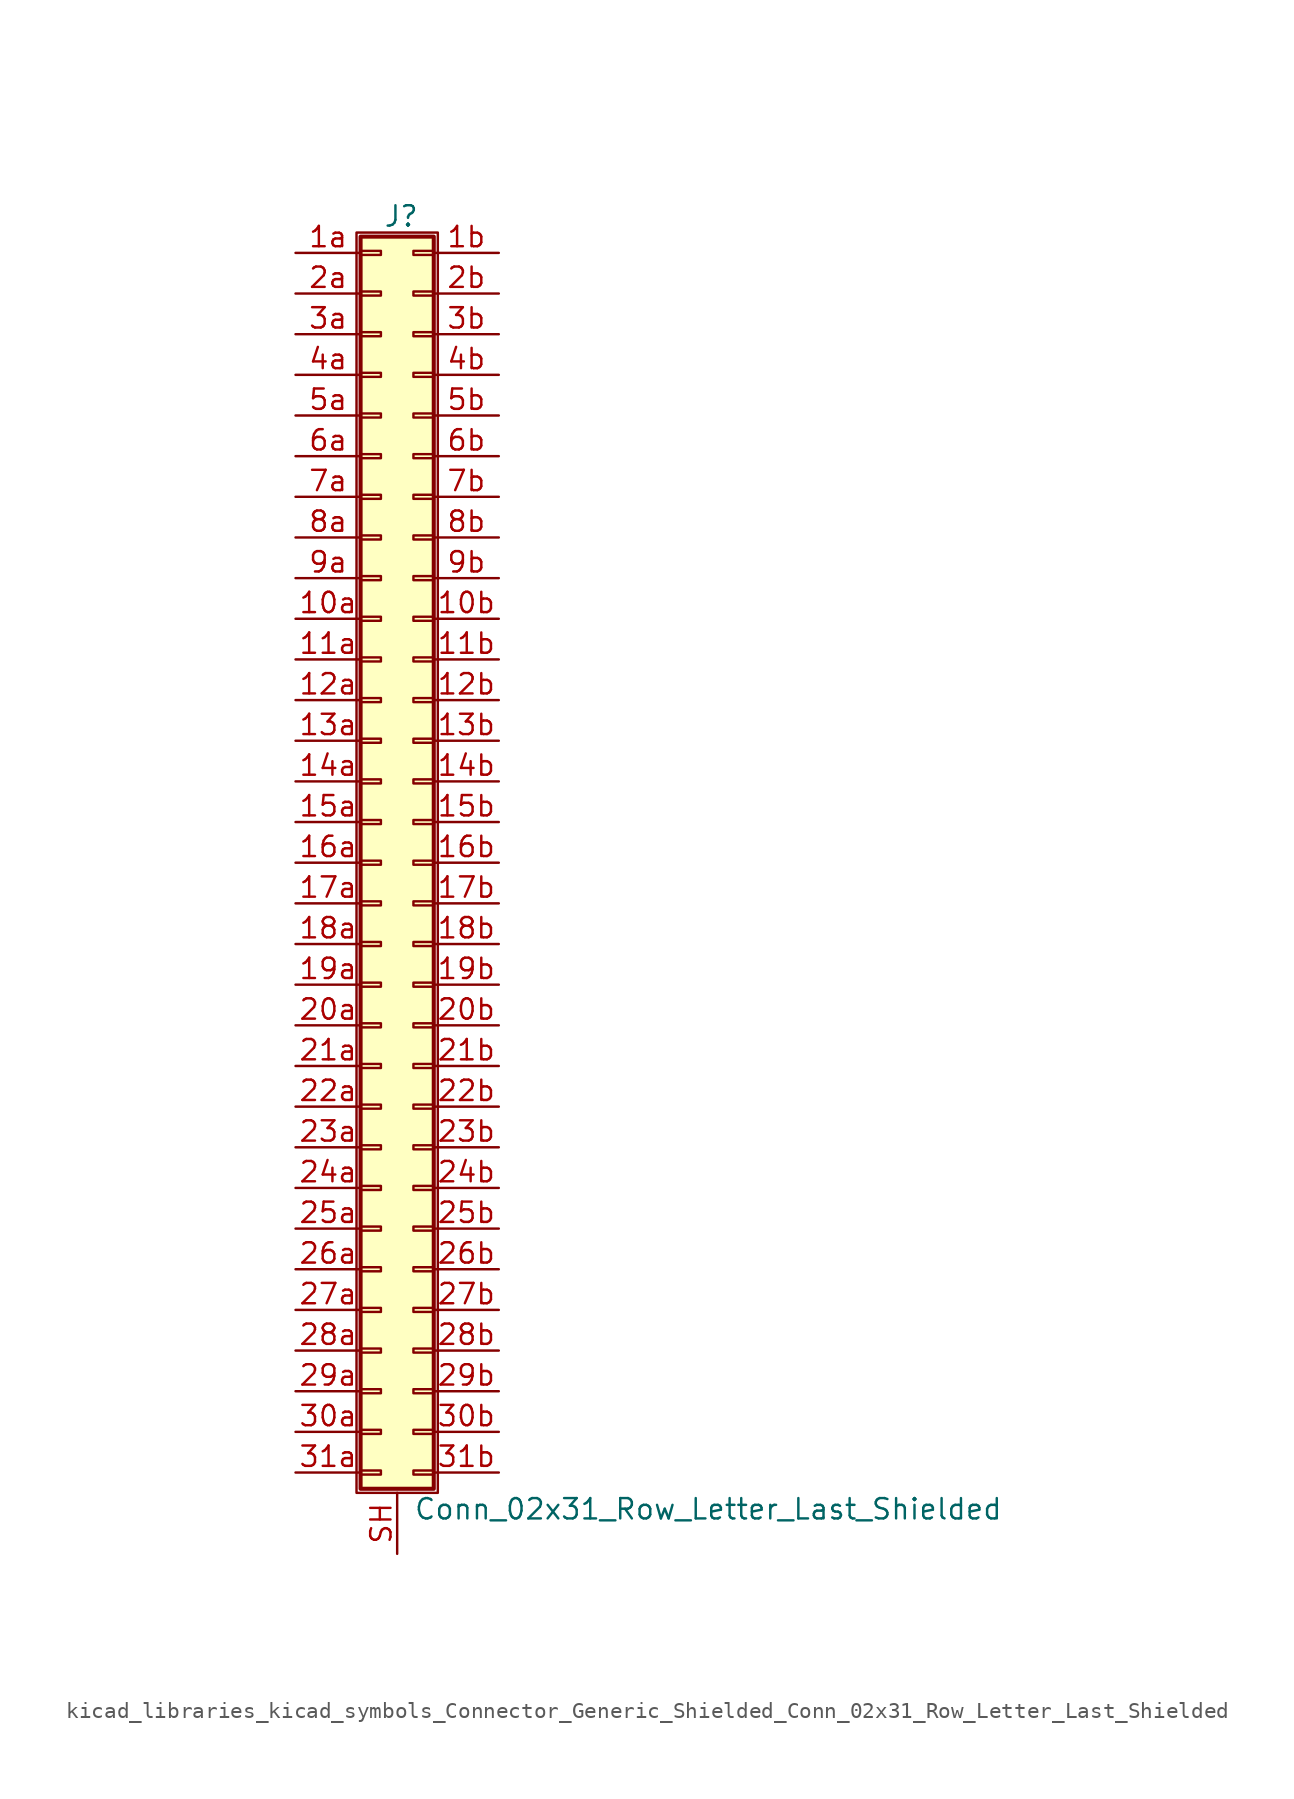
<source format=kicad_sym>
(kicad_symbol_lib
  (version 20220914)
  (generator kicad_symbol_editor)
  (symbol "kicad_libraries_kicad_symbols_Connector_Generic_Shielded_Conn_02x31_Row_Letter_Last_Shielded"
    (pin_names
      (offset 1.016) hide)
    (property "Reference" "J"
      (at 1.524 40.386 0)
      (effects (font (size 1.27 1.27))))
    (property "Value" "Conn_02x31_Row_Letter_Last_Shielded"
      (at 2.286 -40.386 0)
      (effects (font (size 1.27 1.27)) (justify left)))
    (symbol "kicad_libraries_kicad_symbols_Connector_Generic_Shielded_Conn_02x31_Row_Letter_Last_Shielded_1_1"
      (rectangle (start -1.27 39.37) (end 3.81 -39.37) (stroke (width 0.152) (type default)) (fill (type none)))
      (rectangle (start -1.016 -37.973) (end 0.254 -38.227) (stroke (width 0.152) (type default)) (fill (type none)))
      (rectangle (start -1.016 -35.433) (end 0.254 -35.687) (stroke (width 0.152) (type default)) (fill (type none)))
      (rectangle (start -1.016 -32.893) (end 0.254 -33.147) (stroke (width 0.152) (type default)) (fill (type none)))
      (rectangle (start -1.016 -30.353) (end 0.254 -30.607) (stroke (width 0.152) (type default)) (fill (type none)))
      (rectangle (start -1.016 -27.813) (end 0.254 -28.067) (stroke (width 0.152) (type default)) (fill (type none)))
      (rectangle (start -1.016 -25.273) (end 0.254 -25.527) (stroke (width 0.152) (type default)) (fill (type none)))
      (rectangle (start -1.016 -22.733) (end 0.254 -22.987) (stroke (width 0.152) (type default)) (fill (type none)))
      (rectangle (start -1.016 -20.193) (end 0.254 -20.447) (stroke (width 0.152) (type default)) (fill (type none)))
      (rectangle (start -1.016 -17.653) (end 0.254 -17.907) (stroke (width 0.152) (type default)) (fill (type none)))
      (rectangle (start -1.016 -15.113) (end 0.254 -15.367) (stroke (width 0.152) (type default)) (fill (type none)))
      (rectangle (start -1.016 -12.573) (end 0.254 -12.827) (stroke (width 0.152) (type default)) (fill (type none)))
      (rectangle (start -1.016 -10.033) (end 0.254 -10.287) (stroke (width 0.152) (type default)) (fill (type none)))
      (rectangle (start -1.016 -7.493) (end 0.254 -7.747) (stroke (width 0.152) (type default)) (fill (type none)))
      (rectangle (start -1.016 -4.953) (end 0.254 -5.207) (stroke (width 0.152) (type default)) (fill (type none)))
      (rectangle (start -1.016 -2.413) (end 0.254 -2.667) (stroke (width 0.152) (type default)) (fill (type none)))
      (rectangle (start -1.016 0.127) (end 0.254 -0.127) (stroke (width 0.152) (type default)) (fill (type none)))
      (rectangle (start -1.016 2.667) (end 0.254 2.413) (stroke (width 0.152) (type default)) (fill (type none)))
      (rectangle (start -1.016 5.207) (end 0.254 4.953) (stroke (width 0.152) (type default)) (fill (type none)))
      (rectangle (start -1.016 7.747) (end 0.254 7.493) (stroke (width 0.152) (type default)) (fill (type none)))
      (rectangle (start -1.016 10.287) (end 0.254 10.033) (stroke (width 0.152) (type default)) (fill (type none)))
      (rectangle (start -1.016 12.827) (end 0.254 12.573) (stroke (width 0.152) (type default)) (fill (type none)))
      (rectangle (start -1.016 15.367) (end 0.254 15.113) (stroke (width 0.152) (type default)) (fill (type none)))
      (rectangle (start -1.016 17.907) (end 0.254 17.653) (stroke (width 0.152) (type default)) (fill (type none)))
      (rectangle (start -1.016 20.447) (end 0.254 20.193) (stroke (width 0.152) (type default)) (fill (type none)))
      (rectangle (start -1.016 22.987) (end 0.254 22.733) (stroke (width 0.152) (type default)) (fill (type none)))
      (rectangle (start -1.016 25.527) (end 0.254 25.273) (stroke (width 0.152) (type default)) (fill (type none)))
      (rectangle (start -1.016 28.067) (end 0.254 27.813) (stroke (width 0.152) (type default)) (fill (type none)))
      (rectangle (start -1.016 30.607) (end 0.254 30.353) (stroke (width 0.152) (type default)) (fill (type none)))
      (rectangle (start -1.016 33.147) (end 0.254 32.893) (stroke (width 0.152) (type default)) (fill (type none)))
      (rectangle (start -1.016 35.687) (end 0.254 35.433) (stroke (width 0.152) (type default)) (fill (type none)))
      (rectangle (start -1.016 38.227) (end 0.254 37.973) (stroke (width 0.152) (type default)) (fill (type none)))
      (rectangle (start -1.016 39.116) (end 3.556 -39.116) (stroke (width 0.254) (type default)) (fill (type background)))
      (rectangle (start 3.556 -37.973) (end 2.286 -38.227) (stroke (width 0.152) (type default)) (fill (type none)))
      (rectangle (start 3.556 -35.433) (end 2.286 -35.687) (stroke (width 0.152) (type default)) (fill (type none)))
      (rectangle (start 3.556 -32.893) (end 2.286 -33.147) (stroke (width 0.152) (type default)) (fill (type none)))
      (rectangle (start 3.556 -30.353) (end 2.286 -30.607) (stroke (width 0.152) (type default)) (fill (type none)))
      (rectangle (start 3.556 -27.813) (end 2.286 -28.067) (stroke (width 0.152) (type default)) (fill (type none)))
      (rectangle (start 3.556 -25.273) (end 2.286 -25.527) (stroke (width 0.152) (type default)) (fill (type none)))
      (rectangle (start 3.556 -22.733) (end 2.286 -22.987) (stroke (width 0.152) (type default)) (fill (type none)))
      (rectangle (start 3.556 -20.193) (end 2.286 -20.447) (stroke (width 0.152) (type default)) (fill (type none)))
      (rectangle (start 3.556 -17.653) (end 2.286 -17.907) (stroke (width 0.152) (type default)) (fill (type none)))
      (rectangle (start 3.556 -15.113) (end 2.286 -15.367) (stroke (width 0.152) (type default)) (fill (type none)))
      (rectangle (start 3.556 -12.573) (end 2.286 -12.827) (stroke (width 0.152) (type default)) (fill (type none)))
      (rectangle (start 3.556 -10.033) (end 2.286 -10.287) (stroke (width 0.152) (type default)) (fill (type none)))
      (rectangle (start 3.556 -7.493) (end 2.286 -7.747) (stroke (width 0.152) (type default)) (fill (type none)))
      (rectangle (start 3.556 -4.953) (end 2.286 -5.207) (stroke (width 0.152) (type default)) (fill (type none)))
      (rectangle (start 3.556 -2.413) (end 2.286 -2.667) (stroke (width 0.152) (type default)) (fill (type none)))
      (rectangle (start 3.556 0.127) (end 2.286 -0.127) (stroke (width 0.152) (type default)) (fill (type none)))
      (rectangle (start 3.556 2.667) (end 2.286 2.413) (stroke (width 0.152) (type default)) (fill (type none)))
      (rectangle (start 3.556 5.207) (end 2.286 4.953) (stroke (width 0.152) (type default)) (fill (type none)))
      (rectangle (start 3.556 7.747) (end 2.286 7.493) (stroke (width 0.152) (type default)) (fill (type none)))
      (rectangle (start 3.556 10.287) (end 2.286 10.033) (stroke (width 0.152) (type default)) (fill (type none)))
      (rectangle (start 3.556 12.827) (end 2.286 12.573) (stroke (width 0.152) (type default)) (fill (type none)))
      (rectangle (start 3.556 15.367) (end 2.286 15.113) (stroke (width 0.152) (type default)) (fill (type none)))
      (rectangle (start 3.556 17.907) (end 2.286 17.653) (stroke (width 0.152) (type default)) (fill (type none)))
      (rectangle (start 3.556 20.447) (end 2.286 20.193) (stroke (width 0.152) (type default)) (fill (type none)))
      (rectangle (start 3.556 22.987) (end 2.286 22.733) (stroke (width 0.152) (type default)) (fill (type none)))
      (rectangle (start 3.556 25.527) (end 2.286 25.273) (stroke (width 0.152) (type default)) (fill (type none)))
      (rectangle (start 3.556 28.067) (end 2.286 27.813) (stroke (width 0.152) (type default)) (fill (type none)))
      (rectangle (start 3.556 30.607) (end 2.286 30.353) (stroke (width 0.152) (type default)) (fill (type none)))
      (rectangle (start 3.556 33.147) (end 2.286 32.893) (stroke (width 0.152) (type default)) (fill (type none)))
      (rectangle (start 3.556 35.687) (end 2.286 35.433) (stroke (width 0.152) (type default)) (fill (type none)))
      (rectangle (start 3.556 38.227) (end 2.286 37.973) (stroke (width 0.152) (type default)) (fill (type none)))
      (pin passive line (at -5.08 15.24 0) (length 4.064) (name "Pin_10a" (effects (font (size 1.27 1.27)))) (number "10a" (effects (font (size 1.27 1.27)))))
      (pin passive line (at 7.62 15.24 180) (length 4.064) (name "Pin_10b" (effects (font (size 1.27 1.27)))) (number "10b" (effects (font (size 1.27 1.27)))))
      (pin passive line (at -5.08 12.7 0) (length 4.064) (name "Pin_11a" (effects (font (size 1.27 1.27)))) (number "11a" (effects (font (size 1.27 1.27)))))
      (pin passive line (at 7.62 12.7 180) (length 4.064) (name "Pin_11b" (effects (font (size 1.27 1.27)))) (number "11b" (effects (font (size 1.27 1.27)))))
      (pin passive line (at -5.08 10.16 0) (length 4.064) (name "Pin_12a" (effects (font (size 1.27 1.27)))) (number "12a" (effects (font (size 1.27 1.27)))))
      (pin passive line (at 7.62 10.16 180) (length 4.064) (name "Pin_12b" (effects (font (size 1.27 1.27)))) (number "12b" (effects (font (size 1.27 1.27)))))
      (pin passive line (at -5.08 7.62 0) (length 4.064) (name "Pin_13a" (effects (font (size 1.27 1.27)))) (number "13a" (effects (font (size 1.27 1.27)))))
      (pin passive line (at 7.62 7.62 180) (length 4.064) (name "Pin_13b" (effects (font (size 1.27 1.27)))) (number "13b" (effects (font (size 1.27 1.27)))))
      (pin passive line (at -5.08 5.08 0) (length 4.064) (name "Pin_14a" (effects (font (size 1.27 1.27)))) (number "14a" (effects (font (size 1.27 1.27)))))
      (pin passive line (at 7.62 5.08 180) (length 4.064) (name "Pin_14b" (effects (font (size 1.27 1.27)))) (number "14b" (effects (font (size 1.27 1.27)))))
      (pin passive line (at -5.08 2.54 0) (length 4.064) (name "Pin_15a" (effects (font (size 1.27 1.27)))) (number "15a" (effects (font (size 1.27 1.27)))))
      (pin passive line (at 7.62 2.54 180) (length 4.064) (name "Pin_15b" (effects (font (size 1.27 1.27)))) (number "15b" (effects (font (size 1.27 1.27)))))
      (pin passive line (at -5.08 0 0) (length 4.064) (name "Pin_16a" (effects (font (size 1.27 1.27)))) (number "16a" (effects (font (size 1.27 1.27)))))
      (pin passive line (at 7.62 0 180) (length 4.064) (name "Pin_16b" (effects (font (size 1.27 1.27)))) (number "16b" (effects (font (size 1.27 1.27)))))
      (pin passive line (at -5.08 -2.54 0) (length 4.064) (name "Pin_17a" (effects (font (size 1.27 1.27)))) (number "17a" (effects (font (size 1.27 1.27)))))
      (pin passive line (at 7.62 -2.54 180) (length 4.064) (name "Pin_17b" (effects (font (size 1.27 1.27)))) (number "17b" (effects (font (size 1.27 1.27)))))
      (pin passive line (at -5.08 -5.08 0) (length 4.064) (name "Pin_18a" (effects (font (size 1.27 1.27)))) (number "18a" (effects (font (size 1.27 1.27)))))
      (pin passive line (at 7.62 -5.08 180) (length 4.064) (name "Pin_18b" (effects (font (size 1.27 1.27)))) (number "18b" (effects (font (size 1.27 1.27)))))
      (pin passive line (at -5.08 -7.62 0) (length 4.064) (name "Pin_19a" (effects (font (size 1.27 1.27)))) (number "19a" (effects (font (size 1.27 1.27)))))
      (pin passive line (at 7.62 -7.62 180) (length 4.064) (name "Pin_19b" (effects (font (size 1.27 1.27)))) (number "19b" (effects (font (size 1.27 1.27)))))
      (pin passive line (at -5.08 38.1 0) (length 4.064) (name "Pin_1a" (effects (font (size 1.27 1.27)))) (number "1a" (effects (font (size 1.27 1.27)))))
      (pin passive line (at 7.62 38.1 180) (length 4.064) (name "Pin_1b" (effects (font (size 1.27 1.27)))) (number "1b" (effects (font (size 1.27 1.27)))))
      (pin passive line (at -5.08 -10.16 0) (length 4.064) (name "Pin_20a" (effects (font (size 1.27 1.27)))) (number "20a" (effects (font (size 1.27 1.27)))))
      (pin passive line (at 7.62 -10.16 180) (length 4.064) (name "Pin_20b" (effects (font (size 1.27 1.27)))) (number "20b" (effects (font (size 1.27 1.27)))))
      (pin passive line (at -5.08 -12.7 0) (length 4.064) (name "Pin_21a" (effects (font (size 1.27 1.27)))) (number "21a" (effects (font (size 1.27 1.27)))))
      (pin passive line (at 7.62 -12.7 180) (length 4.064) (name "Pin_21b" (effects (font (size 1.27 1.27)))) (number "21b" (effects (font (size 1.27 1.27)))))
      (pin passive line (at -5.08 -15.24 0) (length 4.064) (name "Pin_22a" (effects (font (size 1.27 1.27)))) (number "22a" (effects (font (size 1.27 1.27)))))
      (pin passive line (at 7.62 -15.24 180) (length 4.064) (name "Pin_22b" (effects (font (size 1.27 1.27)))) (number "22b" (effects (font (size 1.27 1.27)))))
      (pin passive line (at -5.08 -17.78 0) (length 4.064) (name "Pin_23a" (effects (font (size 1.27 1.27)))) (number "23a" (effects (font (size 1.27 1.27)))))
      (pin passive line (at 7.62 -17.78 180) (length 4.064) (name "Pin_23b" (effects (font (size 1.27 1.27)))) (number "23b" (effects (font (size 1.27 1.27)))))
      (pin passive line (at -5.08 -20.32 0) (length 4.064) (name "Pin_24a" (effects (font (size 1.27 1.27)))) (number "24a" (effects (font (size 1.27 1.27)))))
      (pin passive line (at 7.62 -20.32 180) (length 4.064) (name "Pin_24b" (effects (font (size 1.27 1.27)))) (number "24b" (effects (font (size 1.27 1.27)))))
      (pin passive line (at -5.08 -22.86 0) (length 4.064) (name "Pin_25a" (effects (font (size 1.27 1.27)))) (number "25a" (effects (font (size 1.27 1.27)))))
      (pin passive line (at 7.62 -22.86 180) (length 4.064) (name "Pin_25b" (effects (font (size 1.27 1.27)))) (number "25b" (effects (font (size 1.27 1.27)))))
      (pin passive line (at -5.08 -25.4 0) (length 4.064) (name "Pin_26a" (effects (font (size 1.27 1.27)))) (number "26a" (effects (font (size 1.27 1.27)))))
      (pin passive line (at 7.62 -25.4 180) (length 4.064) (name "Pin_26b" (effects (font (size 1.27 1.27)))) (number "26b" (effects (font (size 1.27 1.27)))))
      (pin passive line (at -5.08 -27.94 0) (length 4.064) (name "Pin_27a" (effects (font (size 1.27 1.27)))) (number "27a" (effects (font (size 1.27 1.27)))))
      (pin passive line (at 7.62 -27.94 180) (length 4.064) (name "Pin_27b" (effects (font (size 1.27 1.27)))) (number "27b" (effects (font (size 1.27 1.27)))))
      (pin passive line (at -5.08 -30.48 0) (length 4.064) (name "Pin_28a" (effects (font (size 1.27 1.27)))) (number "28a" (effects (font (size 1.27 1.27)))))
      (pin passive line (at 7.62 -30.48 180) (length 4.064) (name "Pin_28b" (effects (font (size 1.27 1.27)))) (number "28b" (effects (font (size 1.27 1.27)))))
      (pin passive line (at -5.08 -33.02 0) (length 4.064) (name "Pin_29a" (effects (font (size 1.27 1.27)))) (number "29a" (effects (font (size 1.27 1.27)))))
      (pin passive line (at 7.62 -33.02 180) (length 4.064) (name "Pin_29b" (effects (font (size 1.27 1.27)))) (number "29b" (effects (font (size 1.27 1.27)))))
      (pin passive line (at -5.08 35.56 0) (length 4.064) (name "Pin_2a" (effects (font (size 1.27 1.27)))) (number "2a" (effects (font (size 1.27 1.27)))))
      (pin passive line (at 7.62 35.56 180) (length 4.064) (name "Pin_2b" (effects (font (size 1.27 1.27)))) (number "2b" (effects (font (size 1.27 1.27)))))
      (pin passive line (at -5.08 -35.56 0) (length 4.064) (name "Pin_30a" (effects (font (size 1.27 1.27)))) (number "30a" (effects (font (size 1.27 1.27)))))
      (pin passive line (at 7.62 -35.56 180) (length 4.064) (name "Pin_30b" (effects (font (size 1.27 1.27)))) (number "30b" (effects (font (size 1.27 1.27)))))
      (pin passive line (at -5.08 -38.1 0) (length 4.064) (name "Pin_31a" (effects (font (size 1.27 1.27)))) (number "31a" (effects (font (size 1.27 1.27)))))
      (pin passive line (at 7.62 -38.1 180) (length 4.064) (name "Pin_31b" (effects (font (size 1.27 1.27)))) (number "31b" (effects (font (size 1.27 1.27)))))
      (pin passive line (at -5.08 33.02 0) (length 4.064) (name "Pin_3a" (effects (font (size 1.27 1.27)))) (number "3a" (effects (font (size 1.27 1.27)))))
      (pin passive line (at 7.62 33.02 180) (length 4.064) (name "Pin_3b" (effects (font (size 1.27 1.27)))) (number "3b" (effects (font (size 1.27 1.27)))))
      (pin passive line (at -5.08 30.48 0) (length 4.064) (name "Pin_4a" (effects (font (size 1.27 1.27)))) (number "4a" (effects (font (size 1.27 1.27)))))
      (pin passive line (at 7.62 30.48 180) (length 4.064) (name "Pin_4b" (effects (font (size 1.27 1.27)))) (number "4b" (effects (font (size 1.27 1.27)))))
      (pin passive line (at -5.08 27.94 0) (length 4.064) (name "Pin_5a" (effects (font (size 1.27 1.27)))) (number "5a" (effects (font (size 1.27 1.27)))))
      (pin passive line (at 7.62 27.94 180) (length 4.064) (name "Pin_5b" (effects (font (size 1.27 1.27)))) (number "5b" (effects (font (size 1.27 1.27)))))
      (pin passive line (at -5.08 25.4 0) (length 4.064) (name "Pin_6a" (effects (font (size 1.27 1.27)))) (number "6a" (effects (font (size 1.27 1.27)))))
      (pin passive line (at 7.62 25.4 180) (length 4.064) (name "Pin_6b" (effects (font (size 1.27 1.27)))) (number "6b" (effects (font (size 1.27 1.27)))))
      (pin passive line (at -5.08 22.86 0) (length 4.064) (name "Pin_7a" (effects (font (size 1.27 1.27)))) (number "7a" (effects (font (size 1.27 1.27)))))
      (pin passive line (at 7.62 22.86 180) (length 4.064) (name "Pin_7b" (effects (font (size 1.27 1.27)))) (number "7b" (effects (font (size 1.27 1.27)))))
      (pin passive line (at -5.08 20.32 0) (length 4.064) (name "Pin_8a" (effects (font (size 1.27 1.27)))) (number "8a" (effects (font (size 1.27 1.27)))))
      (pin passive line (at 7.62 20.32 180) (length 4.064) (name "Pin_8b" (effects (font (size 1.27 1.27)))) (number "8b" (effects (font (size 1.27 1.27)))))
      (pin passive line (at -5.08 17.78 0) (length 4.064) (name "Pin_9a" (effects (font (size 1.27 1.27)))) (number "9a" (effects (font (size 1.27 1.27)))))
      (pin passive line (at 7.62 17.78 180) (length 4.064) (name "Pin_9b" (effects (font (size 1.27 1.27)))) (number "9b" (effects (font (size 1.27 1.27)))))
      (pin passive line (at 1.27 -43.18 90) (length 3.81) (name "Shield" (effects (font (size 1.27 1.27)))) (number "SH" (effects (font (size 1.27 1.27))))))))
</source>
